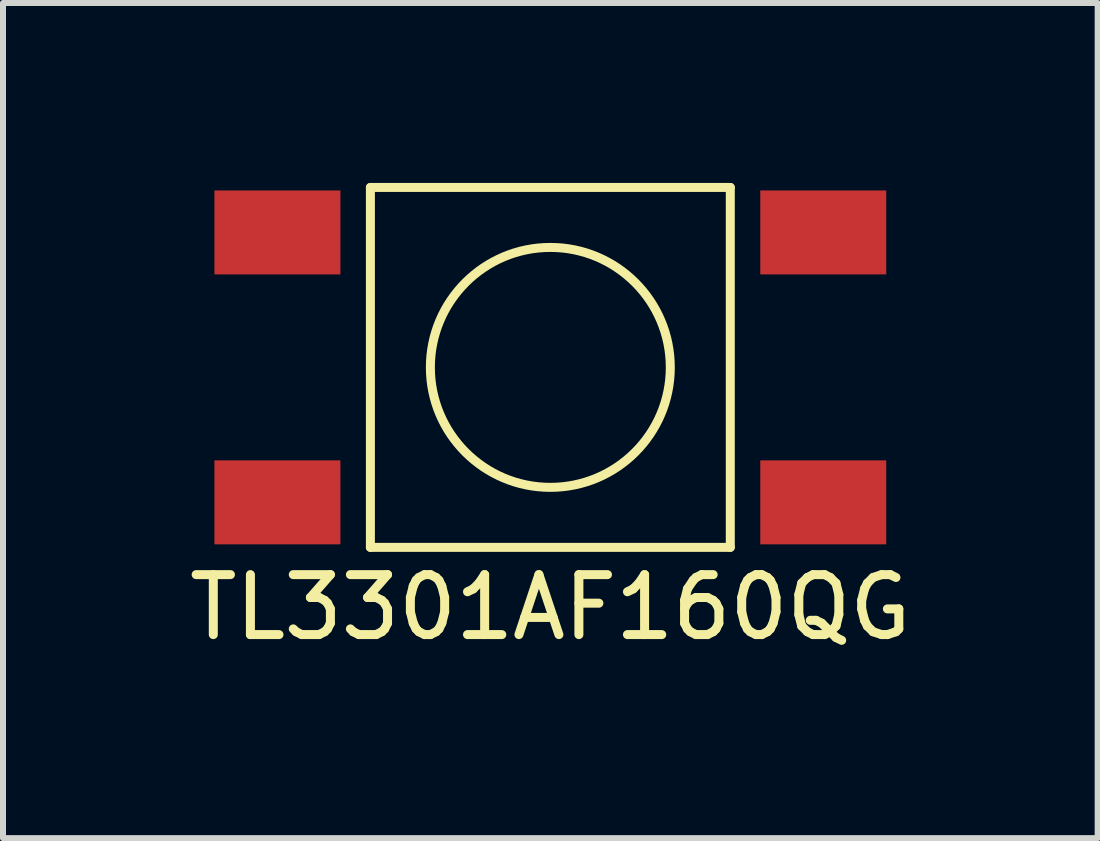
<source format=kicad_pcb>
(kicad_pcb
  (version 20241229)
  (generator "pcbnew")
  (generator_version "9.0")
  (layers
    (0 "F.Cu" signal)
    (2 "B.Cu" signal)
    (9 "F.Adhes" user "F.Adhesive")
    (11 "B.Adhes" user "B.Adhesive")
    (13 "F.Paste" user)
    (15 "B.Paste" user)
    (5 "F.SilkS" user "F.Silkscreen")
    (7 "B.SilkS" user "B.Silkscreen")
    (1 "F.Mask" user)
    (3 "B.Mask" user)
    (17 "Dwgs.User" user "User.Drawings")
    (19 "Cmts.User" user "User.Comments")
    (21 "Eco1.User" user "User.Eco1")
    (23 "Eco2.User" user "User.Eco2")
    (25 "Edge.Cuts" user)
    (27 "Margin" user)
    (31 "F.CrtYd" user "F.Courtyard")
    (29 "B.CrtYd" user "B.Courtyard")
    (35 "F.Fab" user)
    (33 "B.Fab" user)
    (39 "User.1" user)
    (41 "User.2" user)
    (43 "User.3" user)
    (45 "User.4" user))
  (footprint "TL3301AF160QG"
    (layer "F.Cu")
    (at 6.125 3.075)
    (property "Reference" "TL3301AF160QG" (at 0 4 0) (layer "F.SilkS") (effects (font (size 1 1) (thickness 0.15))))
    (attr through_hole)
    (fp_line (start -3 -3) (end 3 -3) (stroke (width 0.15) (type solid)) (layer "F.SilkS"))
    (fp_line (start -3 3) (end -3 -3) (stroke (width 0.15) (type solid)) (layer "F.SilkS"))
    (fp_line (start 3 -3) (end 3 3) (stroke (width 0.15) (type solid)) (layer "F.SilkS"))
    (fp_line (start 3 3) (end -3 3) (stroke (width 0.15) (type solid)) (layer "F.SilkS"))
    (fp_circle (center 0 0) (end 2 0) (stroke (width 0.15) (type solid)) (fill no) (layer "F.SilkS"))
    (pad "1" smd rect (at -4.55 -2.25) (size 2.1 1.4) (layers "F.Cu" "F.Mask" "F.Paste"))
    (pad "1" smd rect (at 4.55 -2.25) (size 2.1 1.4) (layers "F.Cu" "F.Mask" "F.Paste"))
    (pad "2" smd rect (at -4.55 2.25) (size 2.1 1.4) (layers "F.Cu" "F.Mask" "F.Paste"))
    (pad "2" smd rect (at 4.55 2.25) (size 2.1 1.4) (layers "F.Cu" "F.Mask" "F.Paste")))
  (gr_rect
    (start -3 -3)
    (end 15.25 10.923)
    (stroke (width 0.1) (type default))
    (fill no)
    (layer "Edge.Cuts")))
</source>
